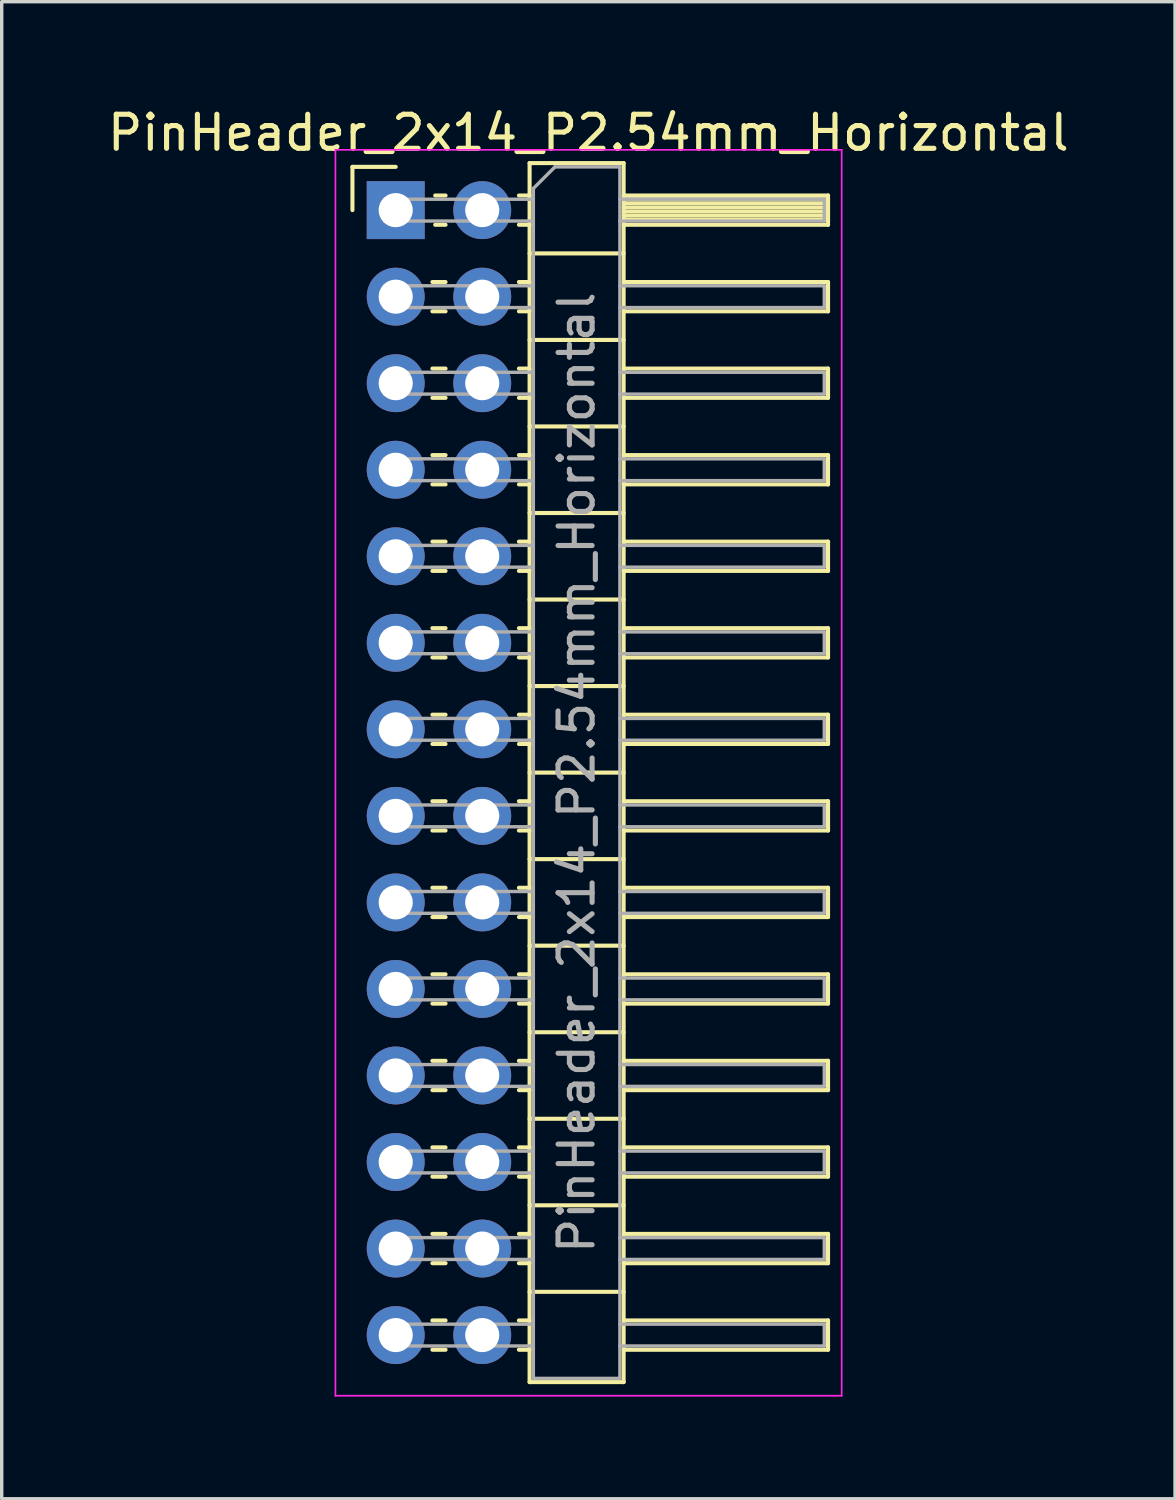
<source format=kicad_pcb>
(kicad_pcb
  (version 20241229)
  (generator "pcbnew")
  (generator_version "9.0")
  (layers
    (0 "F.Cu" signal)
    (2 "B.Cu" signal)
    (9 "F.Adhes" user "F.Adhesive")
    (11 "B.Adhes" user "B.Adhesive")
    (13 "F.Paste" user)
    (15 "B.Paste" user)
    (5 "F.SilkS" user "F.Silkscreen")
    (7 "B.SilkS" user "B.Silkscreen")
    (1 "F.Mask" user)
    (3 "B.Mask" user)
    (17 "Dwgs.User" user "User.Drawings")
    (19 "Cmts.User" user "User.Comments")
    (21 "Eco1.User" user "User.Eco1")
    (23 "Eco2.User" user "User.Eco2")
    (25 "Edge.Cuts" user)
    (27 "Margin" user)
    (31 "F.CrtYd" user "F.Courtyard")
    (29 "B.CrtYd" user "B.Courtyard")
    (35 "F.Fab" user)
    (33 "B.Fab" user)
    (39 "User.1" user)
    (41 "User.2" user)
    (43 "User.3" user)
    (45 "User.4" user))
  (footprint "PinHeader_2x14_P2.54mm_Horizontal"
    (layer "F.Cu")
    (at 8.565 3.118)
    (property "Reference" "PinHeader_2x14_P2.54mm_Horizontal" (at 5.655 -2.27 0) (layer "F.SilkS") (effects (font (size 1 1) (thickness 0.15))))
    (attr through_hole)
    (fp_line (start -1.27 -1.27) (end 0 -1.27) (stroke (width 0.12) (type solid)) (layer "F.SilkS"))
    (fp_line (start -1.27 0) (end -1.27 -1.27) (stroke (width 0.12) (type solid)) (layer "F.SilkS"))
    (fp_line (start 1.077 2.11) (end 1.463 2.11) (stroke (width 0.12) (type solid)) (layer "F.SilkS"))
    (fp_line (start 1.077 2.97) (end 1.463 2.97) (stroke (width 0.12) (type solid)) (layer "F.SilkS"))
    (fp_line (start 1.077 4.65) (end 1.463 4.65) (stroke (width 0.12) (type solid)) (layer "F.SilkS"))
    (fp_line (start 1.077 5.51) (end 1.463 5.51) (stroke (width 0.12) (type solid)) (layer "F.SilkS"))
    (fp_line (start 1.077 7.19) (end 1.463 7.19) (stroke (width 0.12) (type solid)) (layer "F.SilkS"))
    (fp_line (start 1.077 8.05) (end 1.463 8.05) (stroke (width 0.12) (type solid)) (layer "F.SilkS"))
    (fp_line (start 1.077 9.73) (end 1.463 9.73) (stroke (width 0.12) (type solid)) (layer "F.SilkS"))
    (fp_line (start 1.077 10.59) (end 1.463 10.59) (stroke (width 0.12) (type solid)) (layer "F.SilkS"))
    (fp_line (start 1.077 12.27) (end 1.463 12.27) (stroke (width 0.12) (type solid)) (layer "F.SilkS"))
    (fp_line (start 1.077 13.13) (end 1.463 13.13) (stroke (width 0.12) (type solid)) (layer "F.SilkS"))
    (fp_line (start 1.077 14.81) (end 1.463 14.81) (stroke (width 0.12) (type solid)) (layer "F.SilkS"))
    (fp_line (start 1.077 15.67) (end 1.463 15.67) (stroke (width 0.12) (type solid)) (layer "F.SilkS"))
    (fp_line (start 1.077 17.35) (end 1.463 17.35) (stroke (width 0.12) (type solid)) (layer "F.SilkS"))
    (fp_line (start 1.077 18.21) (end 1.463 18.21) (stroke (width 0.12) (type solid)) (layer "F.SilkS"))
    (fp_line (start 1.077 19.89) (end 1.463 19.89) (stroke (width 0.12) (type solid)) (layer "F.SilkS"))
    (fp_line (start 1.077 20.75) (end 1.463 20.75) (stroke (width 0.12) (type solid)) (layer "F.SilkS"))
    (fp_line (start 1.077 22.43) (end 1.463 22.43) (stroke (width 0.12) (type solid)) (layer "F.SilkS"))
    (fp_line (start 1.077 23.29) (end 1.463 23.29) (stroke (width 0.12) (type solid)) (layer "F.SilkS"))
    (fp_line (start 1.077 24.97) (end 1.463 24.97) (stroke (width 0.12) (type solid)) (layer "F.SilkS"))
    (fp_line (start 1.077 25.83) (end 1.463 25.83) (stroke (width 0.12) (type solid)) (layer "F.SilkS"))
    (fp_line (start 1.077 27.51) (end 1.463 27.51) (stroke (width 0.12) (type solid)) (layer "F.SilkS"))
    (fp_line (start 1.077 28.37) (end 1.463 28.37) (stroke (width 0.12) (type solid)) (layer "F.SilkS"))
    (fp_line (start 1.077 30.05) (end 1.463 30.05) (stroke (width 0.12) (type solid)) (layer "F.SilkS"))
    (fp_line (start 1.077 30.91) (end 1.463 30.91) (stroke (width 0.12) (type solid)) (layer "F.SilkS"))
    (fp_line (start 1.077 32.59) (end 1.463 32.59) (stroke (width 0.12) (type solid)) (layer "F.SilkS"))
    (fp_line (start 1.077 33.45) (end 1.463 33.45) (stroke (width 0.12) (type solid)) (layer "F.SilkS"))
    (fp_line (start 1.16 -0.43) (end 1.463 -0.43) (stroke (width 0.12) (type solid)) (layer "F.SilkS"))
    (fp_line (start 1.16 0.43) (end 1.463 0.43) (stroke (width 0.12) (type solid)) (layer "F.SilkS"))
    (fp_line (start 3.617 -0.43) (end 3.93 -0.43) (stroke (width 0.12) (type solid)) (layer "F.SilkS"))
    (fp_line (start 3.617 0.43) (end 3.93 0.43) (stroke (width 0.12) (type solid)) (layer "F.SilkS"))
    (fp_line (start 3.617 2.11) (end 3.93 2.11) (stroke (width 0.12) (type solid)) (layer "F.SilkS"))
    (fp_line (start 3.617 2.97) (end 3.93 2.97) (stroke (width 0.12) (type solid)) (layer "F.SilkS"))
    (fp_line (start 3.617 4.65) (end 3.93 4.65) (stroke (width 0.12) (type solid)) (layer "F.SilkS"))
    (fp_line (start 3.617 5.51) (end 3.93 5.51) (stroke (width 0.12) (type solid)) (layer "F.SilkS"))
    (fp_line (start 3.617 7.19) (end 3.93 7.19) (stroke (width 0.12) (type solid)) (layer "F.SilkS"))
    (fp_line (start 3.617 8.05) (end 3.93 8.05) (stroke (width 0.12) (type solid)) (layer "F.SilkS"))
    (fp_line (start 3.617 9.73) (end 3.93 9.73) (stroke (width 0.12) (type solid)) (layer "F.SilkS"))
    (fp_line (start 3.617 10.59) (end 3.93 10.59) (stroke (width 0.12) (type solid)) (layer "F.SilkS"))
    (fp_line (start 3.617 12.27) (end 3.93 12.27) (stroke (width 0.12) (type solid)) (layer "F.SilkS"))
    (fp_line (start 3.617 13.13) (end 3.93 13.13) (stroke (width 0.12) (type solid)) (layer "F.SilkS"))
    (fp_line (start 3.617 14.81) (end 3.93 14.81) (stroke (width 0.12) (type solid)) (layer "F.SilkS"))
    (fp_line (start 3.617 15.67) (end 3.93 15.67) (stroke (width 0.12) (type solid)) (layer "F.SilkS"))
    (fp_line (start 3.617 17.35) (end 3.93 17.35) (stroke (width 0.12) (type solid)) (layer "F.SilkS"))
    (fp_line (start 3.617 18.21) (end 3.93 18.21) (stroke (width 0.12) (type solid)) (layer "F.SilkS"))
    (fp_line (start 3.617 19.89) (end 3.93 19.89) (stroke (width 0.12) (type solid)) (layer "F.SilkS"))
    (fp_line (start 3.617 20.75) (end 3.93 20.75) (stroke (width 0.12) (type solid)) (layer "F.SilkS"))
    (fp_line (start 3.617 22.43) (end 3.93 22.43) (stroke (width 0.12) (type solid)) (layer "F.SilkS"))
    (fp_line (start 3.617 23.29) (end 3.93 23.29) (stroke (width 0.12) (type solid)) (layer "F.SilkS"))
    (fp_line (start 3.617 24.97) (end 3.93 24.97) (stroke (width 0.12) (type solid)) (layer "F.SilkS"))
    (fp_line (start 3.617 25.83) (end 3.93 25.83) (stroke (width 0.12) (type solid)) (layer "F.SilkS"))
    (fp_line (start 3.617 27.51) (end 3.93 27.51) (stroke (width 0.12) (type solid)) (layer "F.SilkS"))
    (fp_line (start 3.617 28.37) (end 3.93 28.37) (stroke (width 0.12) (type solid)) (layer "F.SilkS"))
    (fp_line (start 3.617 30.05) (end 3.93 30.05) (stroke (width 0.12) (type solid)) (layer "F.SilkS"))
    (fp_line (start 3.617 30.91) (end 3.93 30.91) (stroke (width 0.12) (type solid)) (layer "F.SilkS"))
    (fp_line (start 3.617 32.59) (end 3.93 32.59) (stroke (width 0.12) (type solid)) (layer "F.SilkS"))
    (fp_line (start 3.617 33.45) (end 3.93 33.45) (stroke (width 0.12) (type solid)) (layer "F.SilkS"))
    (fp_line (start 3.93 -1.38) (end 3.93 34.4) (stroke (width 0.12) (type solid)) (layer "F.SilkS"))
    (fp_line (start 3.93 1.27) (end 6.69 1.27) (stroke (width 0.12) (type solid)) (layer "F.SilkS"))
    (fp_line (start 3.93 3.81) (end 6.69 3.81) (stroke (width 0.12) (type solid)) (layer "F.SilkS"))
    (fp_line (start 3.93 6.35) (end 6.69 6.35) (stroke (width 0.12) (type solid)) (layer "F.SilkS"))
    (fp_line (start 3.93 8.89) (end 6.69 8.89) (stroke (width 0.12) (type solid)) (layer "F.SilkS"))
    (fp_line (start 3.93 11.43) (end 6.69 11.43) (stroke (width 0.12) (type solid)) (layer "F.SilkS"))
    (fp_line (start 3.93 13.97) (end 6.69 13.97) (stroke (width 0.12) (type solid)) (layer "F.SilkS"))
    (fp_line (start 3.93 16.51) (end 6.69 16.51) (stroke (width 0.12) (type solid)) (layer "F.SilkS"))
    (fp_line (start 3.93 19.05) (end 6.69 19.05) (stroke (width 0.12) (type solid)) (layer "F.SilkS"))
    (fp_line (start 3.93 21.59) (end 6.69 21.59) (stroke (width 0.12) (type solid)) (layer "F.SilkS"))
    (fp_line (start 3.93 24.13) (end 6.69 24.13) (stroke (width 0.12) (type solid)) (layer "F.SilkS"))
    (fp_line (start 3.93 26.67) (end 6.69 26.67) (stroke (width 0.12) (type solid)) (layer "F.SilkS"))
    (fp_line (start 3.93 29.21) (end 6.69 29.21) (stroke (width 0.12) (type solid)) (layer "F.SilkS"))
    (fp_line (start 3.93 31.75) (end 6.69 31.75) (stroke (width 0.12) (type solid)) (layer "F.SilkS"))
    (fp_line (start 3.93 34.4) (end 6.69 34.4) (stroke (width 0.12) (type solid)) (layer "F.SilkS"))
    (fp_line (start 6.69 -1.38) (end 3.93 -1.38) (stroke (width 0.12) (type solid)) (layer "F.SilkS"))
    (fp_line (start 6.69 -0.43) (end 12.69 -0.43) (stroke (width 0.12) (type solid)) (layer "F.SilkS"))
    (fp_line (start 6.69 -0.32) (end 12.69 -0.32) (stroke (width 0.12) (type solid)) (layer "F.SilkS"))
    (fp_line (start 6.69 -0.2) (end 12.69 -0.2) (stroke (width 0.12) (type solid)) (layer "F.SilkS"))
    (fp_line (start 6.69 -0.08) (end 12.69 -0.08) (stroke (width 0.12) (type solid)) (layer "F.SilkS"))
    (fp_line (start 6.69 0.04) (end 12.69 0.04) (stroke (width 0.12) (type solid)) (layer "F.SilkS"))
    (fp_line (start 6.69 0.16) (end 12.69 0.16) (stroke (width 0.12) (type solid)) (layer "F.SilkS"))
    (fp_line (start 6.69 0.28) (end 12.69 0.28) (stroke (width 0.12) (type solid)) (layer "F.SilkS"))
    (fp_line (start 6.69 2.11) (end 12.69 2.11) (stroke (width 0.12) (type solid)) (layer "F.SilkS"))
    (fp_line (start 6.69 4.65) (end 12.69 4.65) (stroke (width 0.12) (type solid)) (layer "F.SilkS"))
    (fp_line (start 6.69 7.19) (end 12.69 7.19) (stroke (width 0.12) (type solid)) (layer "F.SilkS"))
    (fp_line (start 6.69 9.73) (end 12.69 9.73) (stroke (width 0.12) (type solid)) (layer "F.SilkS"))
    (fp_line (start 6.69 12.27) (end 12.69 12.27) (stroke (width 0.12) (type solid)) (layer "F.SilkS"))
    (fp_line (start 6.69 14.81) (end 12.69 14.81) (stroke (width 0.12) (type solid)) (layer "F.SilkS"))
    (fp_line (start 6.69 17.35) (end 12.69 17.35) (stroke (width 0.12) (type solid)) (layer "F.SilkS"))
    (fp_line (start 6.69 19.89) (end 12.69 19.89) (stroke (width 0.12) (type solid)) (layer "F.SilkS"))
    (fp_line (start 6.69 22.43) (end 12.69 22.43) (stroke (width 0.12) (type solid)) (layer "F.SilkS"))
    (fp_line (start 6.69 24.97) (end 12.69 24.97) (stroke (width 0.12) (type solid)) (layer "F.SilkS"))
    (fp_line (start 6.69 27.51) (end 12.69 27.51) (stroke (width 0.12) (type solid)) (layer "F.SilkS"))
    (fp_line (start 6.69 30.05) (end 12.69 30.05) (stroke (width 0.12) (type solid)) (layer "F.SilkS"))
    (fp_line (start 6.69 32.59) (end 12.69 32.59) (stroke (width 0.12) (type solid)) (layer "F.SilkS"))
    (fp_line (start 6.69 34.4) (end 6.69 -1.38) (stroke (width 0.12) (type solid)) (layer "F.SilkS"))
    (fp_line (start 12.69 -0.43) (end 12.69 0.43) (stroke (width 0.12) (type solid)) (layer "F.SilkS"))
    (fp_line (start 12.69 0.43) (end 6.69 0.43) (stroke (width 0.12) (type solid)) (layer "F.SilkS"))
    (fp_line (start 12.69 2.11) (end 12.69 2.97) (stroke (width 0.12) (type solid)) (layer "F.SilkS"))
    (fp_line (start 12.69 2.97) (end 6.69 2.97) (stroke (width 0.12) (type solid)) (layer "F.SilkS"))
    (fp_line (start 12.69 4.65) (end 12.69 5.51) (stroke (width 0.12) (type solid)) (layer "F.SilkS"))
    (fp_line (start 12.69 5.51) (end 6.69 5.51) (stroke (width 0.12) (type solid)) (layer "F.SilkS"))
    (fp_line (start 12.69 7.19) (end 12.69 8.05) (stroke (width 0.12) (type solid)) (layer "F.SilkS"))
    (fp_line (start 12.69 8.05) (end 6.69 8.05) (stroke (width 0.12) (type solid)) (layer "F.SilkS"))
    (fp_line (start 12.69 9.73) (end 12.69 10.59) (stroke (width 0.12) (type solid)) (layer "F.SilkS"))
    (fp_line (start 12.69 10.59) (end 6.69 10.59) (stroke (width 0.12) (type solid)) (layer "F.SilkS"))
    (fp_line (start 12.69 12.27) (end 12.69 13.13) (stroke (width 0.12) (type solid)) (layer "F.SilkS"))
    (fp_line (start 12.69 13.13) (end 6.69 13.13) (stroke (width 0.12) (type solid)) (layer "F.SilkS"))
    (fp_line (start 12.69 14.81) (end 12.69 15.67) (stroke (width 0.12) (type solid)) (layer "F.SilkS"))
    (fp_line (start 12.69 15.67) (end 6.69 15.67) (stroke (width 0.12) (type solid)) (layer "F.SilkS"))
    (fp_line (start 12.69 17.35) (end 12.69 18.21) (stroke (width 0.12) (type solid)) (layer "F.SilkS"))
    (fp_line (start 12.69 18.21) (end 6.69 18.21) (stroke (width 0.12) (type solid)) (layer "F.SilkS"))
    (fp_line (start 12.69 19.89) (end 12.69 20.75) (stroke (width 0.12) (type solid)) (layer "F.SilkS"))
    (fp_line (start 12.69 20.75) (end 6.69 20.75) (stroke (width 0.12) (type solid)) (layer "F.SilkS"))
    (fp_line (start 12.69 22.43) (end 12.69 23.29) (stroke (width 0.12) (type solid)) (layer "F.SilkS"))
    (fp_line (start 12.69 23.29) (end 6.69 23.29) (stroke (width 0.12) (type solid)) (layer "F.SilkS"))
    (fp_line (start 12.69 24.97) (end 12.69 25.83) (stroke (width 0.12) (type solid)) (layer "F.SilkS"))
    (fp_line (start 12.69 25.83) (end 6.69 25.83) (stroke (width 0.12) (type solid)) (layer "F.SilkS"))
    (fp_line (start 12.69 27.51) (end 12.69 28.37) (stroke (width 0.12) (type solid)) (layer "F.SilkS"))
    (fp_line (start 12.69 28.37) (end 6.69 28.37) (stroke (width 0.12) (type solid)) (layer "F.SilkS"))
    (fp_line (start 12.69 30.05) (end 12.69 30.91) (stroke (width 0.12) (type solid)) (layer "F.SilkS"))
    (fp_line (start 12.69 30.91) (end 6.69 30.91) (stroke (width 0.12) (type solid)) (layer "F.SilkS"))
    (fp_line (start 12.69 32.59) (end 12.69 33.45) (stroke (width 0.12) (type solid)) (layer "F.SilkS"))
    (fp_line (start 12.69 33.45) (end 6.69 33.45) (stroke (width 0.12) (type solid)) (layer "F.SilkS"))
    (fp_line (start -1.77 -1.77) (end -1.77 34.8) (stroke (width 0.05) (type solid)) (layer "F.CrtYd"))
    (fp_line (start -1.77 34.8) (end 13.09 34.8) (stroke (width 0.05) (type solid)) (layer "F.CrtYd"))
    (fp_line (start 13.09 -1.77) (end -1.77 -1.77) (stroke (width 0.05) (type solid)) (layer "F.CrtYd"))
    (fp_line (start 13.09 34.8) (end 13.09 -1.77) (stroke (width 0.05) (type solid)) (layer "F.CrtYd"))
    (fp_line (start -0.32 -0.32) (end -0.32 0.32) (stroke (width 0.1) (type solid)) (layer "F.Fab"))
    (fp_line (start -0.32 -0.32) (end 4.04 -0.32) (stroke (width 0.1) (type solid)) (layer "F.Fab"))
    (fp_line (start -0.32 0.32) (end 4.04 0.32) (stroke (width 0.1) (type solid)) (layer "F.Fab"))
    (fp_line (start -0.32 2.22) (end -0.32 2.86) (stroke (width 0.1) (type solid)) (layer "F.Fab"))
    (fp_line (start -0.32 2.22) (end 4.04 2.22) (stroke (width 0.1) (type solid)) (layer "F.Fab"))
    (fp_line (start -0.32 2.86) (end 4.04 2.86) (stroke (width 0.1) (type solid)) (layer "F.Fab"))
    (fp_line (start -0.32 4.76) (end -0.32 5.4) (stroke (width 0.1) (type solid)) (layer "F.Fab"))
    (fp_line (start -0.32 4.76) (end 4.04 4.76) (stroke (width 0.1) (type solid)) (layer "F.Fab"))
    (fp_line (start -0.32 5.4) (end 4.04 5.4) (stroke (width 0.1) (type solid)) (layer "F.Fab"))
    (fp_line (start -0.32 7.3) (end -0.32 7.94) (stroke (width 0.1) (type solid)) (layer "F.Fab"))
    (fp_line (start -0.32 7.3) (end 4.04 7.3) (stroke (width 0.1) (type solid)) (layer "F.Fab"))
    (fp_line (start -0.32 7.94) (end 4.04 7.94) (stroke (width 0.1) (type solid)) (layer "F.Fab"))
    (fp_line (start -0.32 9.84) (end -0.32 10.48) (stroke (width 0.1) (type solid)) (layer "F.Fab"))
    (fp_line (start -0.32 9.84) (end 4.04 9.84) (stroke (width 0.1) (type solid)) (layer "F.Fab"))
    (fp_line (start -0.32 10.48) (end 4.04 10.48) (stroke (width 0.1) (type solid)) (layer "F.Fab"))
    (fp_line (start -0.32 12.38) (end -0.32 13.02) (stroke (width 0.1) (type solid)) (layer "F.Fab"))
    (fp_line (start -0.32 12.38) (end 4.04 12.38) (stroke (width 0.1) (type solid)) (layer "F.Fab"))
    (fp_line (start -0.32 13.02) (end 4.04 13.02) (stroke (width 0.1) (type solid)) (layer "F.Fab"))
    (fp_line (start -0.32 14.92) (end -0.32 15.56) (stroke (width 0.1) (type solid)) (layer "F.Fab"))
    (fp_line (start -0.32 14.92) (end 4.04 14.92) (stroke (width 0.1) (type solid)) (layer "F.Fab"))
    (fp_line (start -0.32 15.56) (end 4.04 15.56) (stroke (width 0.1) (type solid)) (layer "F.Fab"))
    (fp_line (start -0.32 17.46) (end -0.32 18.1) (stroke (width 0.1) (type solid)) (layer "F.Fab"))
    (fp_line (start -0.32 17.46) (end 4.04 17.46) (stroke (width 0.1) (type solid)) (layer "F.Fab"))
    (fp_line (start -0.32 18.1) (end 4.04 18.1) (stroke (width 0.1) (type solid)) (layer "F.Fab"))
    (fp_line (start -0.32 20) (end -0.32 20.64) (stroke (width 0.1) (type solid)) (layer "F.Fab"))
    (fp_line (start -0.32 20) (end 4.04 20) (stroke (width 0.1) (type solid)) (layer "F.Fab"))
    (fp_line (start -0.32 20.64) (end 4.04 20.64) (stroke (width 0.1) (type solid)) (layer "F.Fab"))
    (fp_line (start -0.32 22.54) (end -0.32 23.18) (stroke (width 0.1) (type solid)) (layer "F.Fab"))
    (fp_line (start -0.32 22.54) (end 4.04 22.54) (stroke (width 0.1) (type solid)) (layer "F.Fab"))
    (fp_line (start -0.32 23.18) (end 4.04 23.18) (stroke (width 0.1) (type solid)) (layer "F.Fab"))
    (fp_line (start -0.32 25.08) (end -0.32 25.72) (stroke (width 0.1) (type solid)) (layer "F.Fab"))
    (fp_line (start -0.32 25.08) (end 4.04 25.08) (stroke (width 0.1) (type solid)) (layer "F.Fab"))
    (fp_line (start -0.32 25.72) (end 4.04 25.72) (stroke (width 0.1) (type solid)) (layer "F.Fab"))
    (fp_line (start -0.32 27.62) (end -0.32 28.26) (stroke (width 0.1) (type solid)) (layer "F.Fab"))
    (fp_line (start -0.32 27.62) (end 4.04 27.62) (stroke (width 0.1) (type solid)) (layer "F.Fab"))
    (fp_line (start -0.32 28.26) (end 4.04 28.26) (stroke (width 0.1) (type solid)) (layer "F.Fab"))
    (fp_line (start -0.32 30.16) (end -0.32 30.8) (stroke (width 0.1) (type solid)) (layer "F.Fab"))
    (fp_line (start -0.32 30.16) (end 4.04 30.16) (stroke (width 0.1) (type solid)) (layer "F.Fab"))
    (fp_line (start -0.32 30.8) (end 4.04 30.8) (stroke (width 0.1) (type solid)) (layer "F.Fab"))
    (fp_line (start -0.32 32.7) (end -0.32 33.34) (stroke (width 0.1) (type solid)) (layer "F.Fab"))
    (fp_line (start -0.32 32.7) (end 4.04 32.7) (stroke (width 0.1) (type solid)) (layer "F.Fab"))
    (fp_line (start -0.32 33.34) (end 4.04 33.34) (stroke (width 0.1) (type solid)) (layer "F.Fab"))
    (fp_line (start 4.04 -0.635) (end 4.675 -1.27) (stroke (width 0.1) (type solid)) (layer "F.Fab"))
    (fp_line (start 4.04 34.29) (end 4.04 -0.635) (stroke (width 0.1) (type solid)) (layer "F.Fab"))
    (fp_line (start 4.675 -1.27) (end 6.58 -1.27) (stroke (width 0.1) (type solid)) (layer "F.Fab"))
    (fp_line (start 6.58 -1.27) (end 6.58 34.29) (stroke (width 0.1) (type solid)) (layer "F.Fab"))
    (fp_line (start 6.58 -0.32) (end 12.58 -0.32) (stroke (width 0.1) (type solid)) (layer "F.Fab"))
    (fp_line (start 6.58 0.32) (end 12.58 0.32) (stroke (width 0.1) (type solid)) (layer "F.Fab"))
    (fp_line (start 6.58 2.22) (end 12.58 2.22) (stroke (width 0.1) (type solid)) (layer "F.Fab"))
    (fp_line (start 6.58 2.86) (end 12.58 2.86) (stroke (width 0.1) (type solid)) (layer "F.Fab"))
    (fp_line (start 6.58 4.76) (end 12.58 4.76) (stroke (width 0.1) (type solid)) (layer "F.Fab"))
    (fp_line (start 6.58 5.4) (end 12.58 5.4) (stroke (width 0.1) (type solid)) (layer "F.Fab"))
    (fp_line (start 6.58 7.3) (end 12.58 7.3) (stroke (width 0.1) (type solid)) (layer "F.Fab"))
    (fp_line (start 6.58 7.94) (end 12.58 7.94) (stroke (width 0.1) (type solid)) (layer "F.Fab"))
    (fp_line (start 6.58 9.84) (end 12.58 9.84) (stroke (width 0.1) (type solid)) (layer "F.Fab"))
    (fp_line (start 6.58 10.48) (end 12.58 10.48) (stroke (width 0.1) (type solid)) (layer "F.Fab"))
    (fp_line (start 6.58 12.38) (end 12.58 12.38) (stroke (width 0.1) (type solid)) (layer "F.Fab"))
    (fp_line (start 6.58 13.02) (end 12.58 13.02) (stroke (width 0.1) (type solid)) (layer "F.Fab"))
    (fp_line (start 6.58 14.92) (end 12.58 14.92) (stroke (width 0.1) (type solid)) (layer "F.Fab"))
    (fp_line (start 6.58 15.56) (end 12.58 15.56) (stroke (width 0.1) (type solid)) (layer "F.Fab"))
    (fp_line (start 6.58 17.46) (end 12.58 17.46) (stroke (width 0.1) (type solid)) (layer "F.Fab"))
    (fp_line (start 6.58 18.1) (end 12.58 18.1) (stroke (width 0.1) (type solid)) (layer "F.Fab"))
    (fp_line (start 6.58 20) (end 12.58 20) (stroke (width 0.1) (type solid)) (layer "F.Fab"))
    (fp_line (start 6.58 20.64) (end 12.58 20.64) (stroke (width 0.1) (type solid)) (layer "F.Fab"))
    (fp_line (start 6.58 22.54) (end 12.58 22.54) (stroke (width 0.1) (type solid)) (layer "F.Fab"))
    (fp_line (start 6.58 23.18) (end 12.58 23.18) (stroke (width 0.1) (type solid)) (layer "F.Fab"))
    (fp_line (start 6.58 25.08) (end 12.58 25.08) (stroke (width 0.1) (type solid)) (layer "F.Fab"))
    (fp_line (start 6.58 25.72) (end 12.58 25.72) (stroke (width 0.1) (type solid)) (layer "F.Fab"))
    (fp_line (start 6.58 27.62) (end 12.58 27.62) (stroke (width 0.1) (type solid)) (layer "F.Fab"))
    (fp_line (start 6.58 28.26) (end 12.58 28.26) (stroke (width 0.1) (type solid)) (layer "F.Fab"))
    (fp_line (start 6.58 30.16) (end 12.58 30.16) (stroke (width 0.1) (type solid)) (layer "F.Fab"))
    (fp_line (start 6.58 30.8) (end 12.58 30.8) (stroke (width 0.1) (type solid)) (layer "F.Fab"))
    (fp_line (start 6.58 32.7) (end 12.58 32.7) (stroke (width 0.1) (type solid)) (layer "F.Fab"))
    (fp_line (start 6.58 33.34) (end 12.58 33.34) (stroke (width 0.1) (type solid)) (layer "F.Fab"))
    (fp_line (start 6.58 34.29) (end 4.04 34.29) (stroke (width 0.1) (type solid)) (layer "F.Fab"))
    (fp_line (start 12.58 -0.32) (end 12.58 0.32) (stroke (width 0.1) (type solid)) (layer "F.Fab"))
    (fp_line (start 12.58 2.22) (end 12.58 2.86) (stroke (width 0.1) (type solid)) (layer "F.Fab"))
    (fp_line (start 12.58 4.76) (end 12.58 5.4) (stroke (width 0.1) (type solid)) (layer "F.Fab"))
    (fp_line (start 12.58 7.3) (end 12.58 7.94) (stroke (width 0.1) (type solid)) (layer "F.Fab"))
    (fp_line (start 12.58 9.84) (end 12.58 10.48) (stroke (width 0.1) (type solid)) (layer "F.Fab"))
    (fp_line (start 12.58 12.38) (end 12.58 13.02) (stroke (width 0.1) (type solid)) (layer "F.Fab"))
    (fp_line (start 12.58 14.92) (end 12.58 15.56) (stroke (width 0.1) (type solid)) (layer "F.Fab"))
    (fp_line (start 12.58 17.46) (end 12.58 18.1) (stroke (width 0.1) (type solid)) (layer "F.Fab"))
    (fp_line (start 12.58 20) (end 12.58 20.64) (stroke (width 0.1) (type solid)) (layer "F.Fab"))
    (fp_line (start 12.58 22.54) (end 12.58 23.18) (stroke (width 0.1) (type solid)) (layer "F.Fab"))
    (fp_line (start 12.58 25.08) (end 12.58 25.72) (stroke (width 0.1) (type solid)) (layer "F.Fab"))
    (fp_line (start 12.58 27.62) (end 12.58 28.26) (stroke (width 0.1) (type solid)) (layer "F.Fab"))
    (fp_line (start 12.58 30.16) (end 12.58 30.8) (stroke (width 0.1) (type solid)) (layer "F.Fab"))
    (fp_line (start 12.58 32.7) (end 12.58 33.34) (stroke (width 0.1) (type solid)) (layer "F.Fab"))
    (fp_text user "${REFERENCE}" (at 5.31 16.51 90) (layer "F.Fab") (effects (font (size 1 1) (thickness 0.15))))
    (pad "1" thru_hole rect (at 0 0) (size 1.7 1.7) (drill 1) (layers "*.Cu" "*.Mask"))
    (pad "2" thru_hole circle (at 2.54 0) (size 1.7 1.7) (drill 1) (layers "*.Cu" "*.Mask"))
    (pad "3" thru_hole circle (at 0 2.54) (size 1.7 1.7) (drill 1) (layers "*.Cu" "*.Mask"))
    (pad "4" thru_hole circle (at 2.54 2.54) (size 1.7 1.7) (drill 1) (layers "*.Cu" "*.Mask"))
    (pad "5" thru_hole circle (at 0 5.08) (size 1.7 1.7) (drill 1) (layers "*.Cu" "*.Mask"))
    (pad "6" thru_hole circle (at 2.54 5.08) (size 1.7 1.7) (drill 1) (layers "*.Cu" "*.Mask"))
    (pad "7" thru_hole circle (at 0 7.62) (size 1.7 1.7) (drill 1) (layers "*.Cu" "*.Mask"))
    (pad "8" thru_hole circle (at 2.54 7.62) (size 1.7 1.7) (drill 1) (layers "*.Cu" "*.Mask"))
    (pad "9" thru_hole circle (at 0 10.16) (size 1.7 1.7) (drill 1) (layers "*.Cu" "*.Mask"))
    (pad "10" thru_hole circle (at 2.54 10.16) (size 1.7 1.7) (drill 1) (layers "*.Cu" "*.Mask"))
    (pad "11" thru_hole circle (at 0 12.7) (size 1.7 1.7) (drill 1) (layers "*.Cu" "*.Mask"))
    (pad "12" thru_hole circle (at 2.54 12.7) (size 1.7 1.7) (drill 1) (layers "*.Cu" "*.Mask"))
    (pad "13" thru_hole circle (at 0 15.24) (size 1.7 1.7) (drill 1) (layers "*.Cu" "*.Mask"))
    (pad "14" thru_hole circle (at 2.54 15.24) (size 1.7 1.7) (drill 1) (layers "*.Cu" "*.Mask"))
    (pad "15" thru_hole circle (at 0 17.78) (size 1.7 1.7) (drill 1) (layers "*.Cu" "*.Mask"))
    (pad "16" thru_hole circle (at 2.54 17.78) (size 1.7 1.7) (drill 1) (layers "*.Cu" "*.Mask"))
    (pad "17" thru_hole circle (at 0 20.32) (size 1.7 1.7) (drill 1) (layers "*.Cu" "*.Mask"))
    (pad "18" thru_hole circle (at 2.54 20.32) (size 1.7 1.7) (drill 1) (layers "*.Cu" "*.Mask"))
    (pad "19" thru_hole circle (at 0 22.86) (size 1.7 1.7) (drill 1) (layers "*.Cu" "*.Mask"))
    (pad "20" thru_hole circle (at 2.54 22.86) (size 1.7 1.7) (drill 1) (layers "*.Cu" "*.Mask"))
    (pad "21" thru_hole circle (at 0 25.4) (size 1.7 1.7) (drill 1) (layers "*.Cu" "*.Mask"))
    (pad "22" thru_hole circle (at 2.54 25.4) (size 1.7 1.7) (drill 1) (layers "*.Cu" "*.Mask"))
    (pad "23" thru_hole circle (at 0 27.94) (size 1.7 1.7) (drill 1) (layers "*.Cu" "*.Mask"))
    (pad "24" thru_hole circle (at 2.54 27.94) (size 1.7 1.7) (drill 1) (layers "*.Cu" "*.Mask"))
    (pad "25" thru_hole circle (at 0 30.48) (size 1.7 1.7) (drill 1) (layers "*.Cu" "*.Mask"))
    (pad "26" thru_hole circle (at 2.54 30.48) (size 1.7 1.7) (drill 1) (layers "*.Cu" "*.Mask"))
    (pad "27" thru_hole circle (at 0 33.02) (size 1.7 1.7) (drill 1) (layers "*.Cu" "*.Mask"))
    (pad "28" thru_hole circle (at 2.54 33.02) (size 1.7 1.7) (drill 1) (layers "*.Cu" "*.Mask")))
  (gr_rect
    (start -3 -3)
    (end 31.44 40.943)
    (stroke (width 0.1) (type default))
    (fill no)
    (layer "Edge.Cuts")))
</source>
